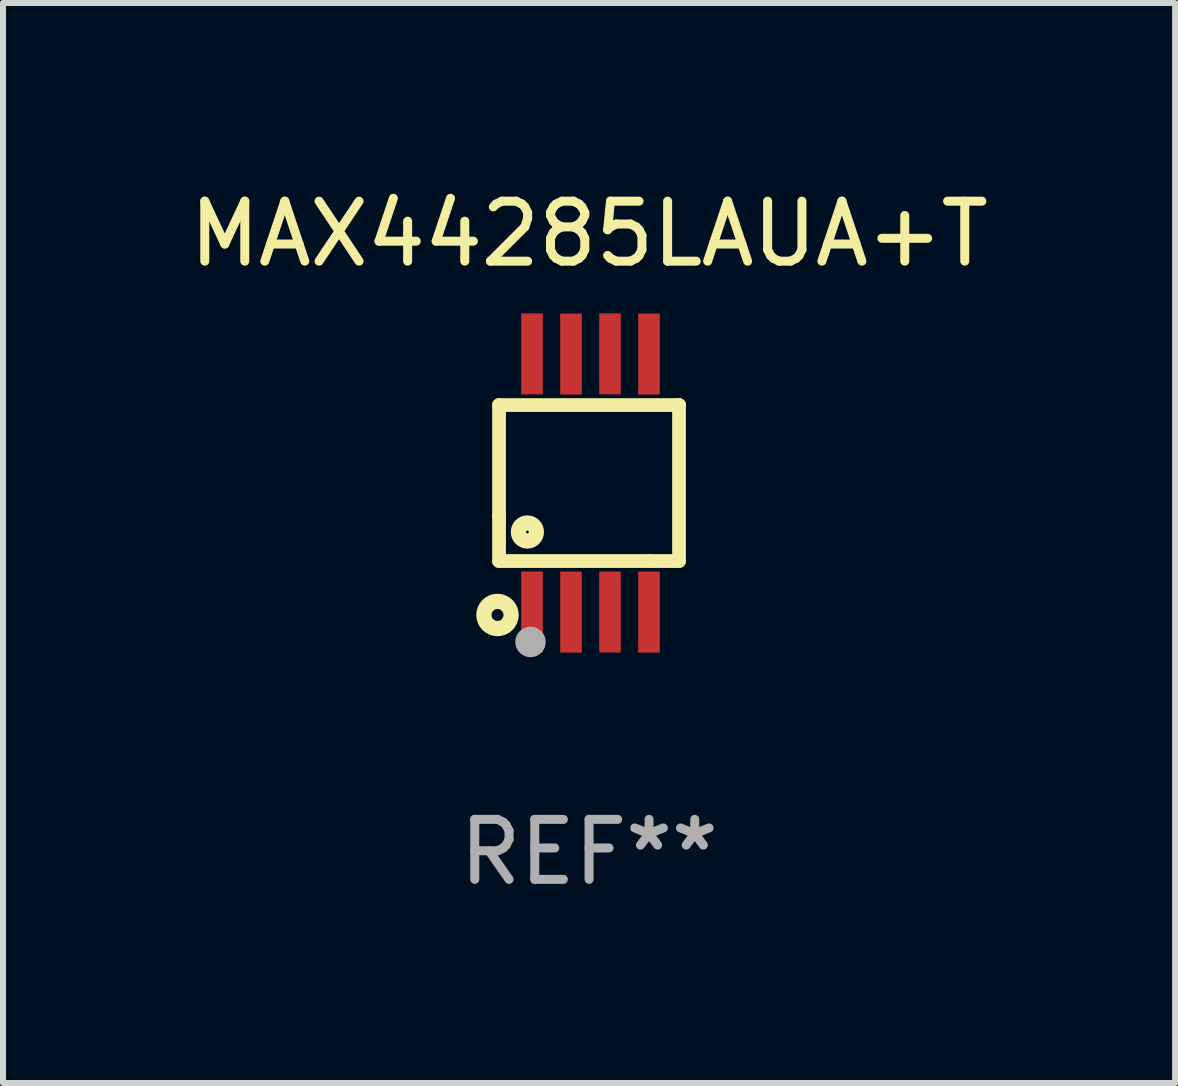
<source format=kicad_pcb>
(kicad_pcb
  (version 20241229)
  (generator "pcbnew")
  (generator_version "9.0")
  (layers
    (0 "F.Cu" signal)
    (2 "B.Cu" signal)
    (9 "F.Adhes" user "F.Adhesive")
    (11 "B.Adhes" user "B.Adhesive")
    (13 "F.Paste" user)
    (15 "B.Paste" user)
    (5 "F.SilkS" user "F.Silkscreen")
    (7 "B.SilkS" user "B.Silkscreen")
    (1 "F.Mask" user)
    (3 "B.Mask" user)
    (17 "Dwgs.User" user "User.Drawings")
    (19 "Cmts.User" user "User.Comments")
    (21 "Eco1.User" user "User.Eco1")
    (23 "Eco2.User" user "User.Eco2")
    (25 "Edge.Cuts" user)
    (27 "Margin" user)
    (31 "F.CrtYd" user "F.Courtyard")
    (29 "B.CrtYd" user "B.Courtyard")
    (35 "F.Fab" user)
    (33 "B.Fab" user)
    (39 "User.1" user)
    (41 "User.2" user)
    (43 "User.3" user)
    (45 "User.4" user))
  (footprint "MAX44285LAUA+T"
    (layer "F.Cu")
    (at 6.768 5)
    (property "Reference" "MAX44285LAUA+T" (at 0 -4.152 0) (layer "F.SilkS") (effects (font (size 1 1) (thickness 0.15))))
    (attr through_hole)
    (fp_line (start -1.5 1.301) (end 1 1.301) (stroke (width 0.229) (type solid)) (layer "F.SilkS"))
    (fp_line (start -1.5 -1.299) (end -1.5 0.551) (stroke (width 0.229) (type solid)) (layer "F.SilkS"))
    (fp_line (start -1.5 0.551) (end -1.5 1.301) (stroke (width 0.229) (type solid)) (layer "F.SilkS"))
    (fp_line (start 1 1.301) (end 1.5 1.301) (stroke (width 0.229) (type solid)) (layer "F.SilkS"))
    (fp_line (start 1.5 1.301) (end 1.5 -1.299) (stroke (width 0.229) (type solid)) (layer "F.SilkS"))
    (fp_line (start 1.5 -1.299) (end -1.5 -1.299) (stroke (width 0.229) (type solid)) (layer "F.SilkS"))
    (fp_circle (center -1.526 2.2) (end -1.426 2.2) (stroke (width 0.254) (type solid)) (fill no) (layer "F.SilkS"))
    (fp_circle (center -1.476 2.45) (end -1.446 2.45) (stroke (width 0.06) (type solid)) (fill no) (layer "F.SilkS"))
    (fp_circle (center -1.028 0.817) (end -0.878 0.817) (stroke (width 0.254) (type solid)) (fill no) (layer "F.SilkS"))
    (fp_circle (center -0.976 2.65) (end -0.849 2.65) (stroke (width 0.254) (type solid)) (fill no) (layer "F.Fab"))
    (fp_text user "REF**" (at 0 6.152 0) (layer "F.Fab") (effects (font (size 1 1) (thickness 0.15))))
    (pad "1" smd rect (at -0.951 2.15) (size 0.36 1.35) (layers "F.Cu" "F.Mask" "F.Paste"))
    (pad "2" smd rect (at -0.301 2.152) (size 0.36 1.35) (layers "F.Cu" "F.Mask" "F.Paste"))
    (pad "3" smd rect (at 0.349 2.151) (size 0.36 1.35) (layers "F.Cu" "F.Mask" "F.Paste"))
    (pad "4" smd rect (at 0.999 2.152) (size 0.36 1.35) (layers "F.Cu" "F.Mask" "F.Paste"))
    (pad "5" smd rect (at 0.999 -2.149) (size 0.36 1.35) (layers "F.Cu" "F.Mask" "F.Paste"))
    (pad "6" smd rect (at 0.349 -2.152) (size 0.36 1.35) (layers "F.Cu" "F.Mask" "F.Paste"))
    (pad "7" smd rect (at -0.301 -2.149) (size 0.36 1.35) (layers "F.Cu" "F.Mask" "F.Paste"))
    (pad "8" smd rect (at -0.951 -2.152) (size 0.36 1.35) (layers "F.Cu" "F.Mask" "F.Paste")))
  (gr_rect
    (start -3 -3)
    (end 16.536 15.001)
    (stroke (width 0.1) (type default))
    (fill no)
    (layer "Edge.Cuts")))
</source>
